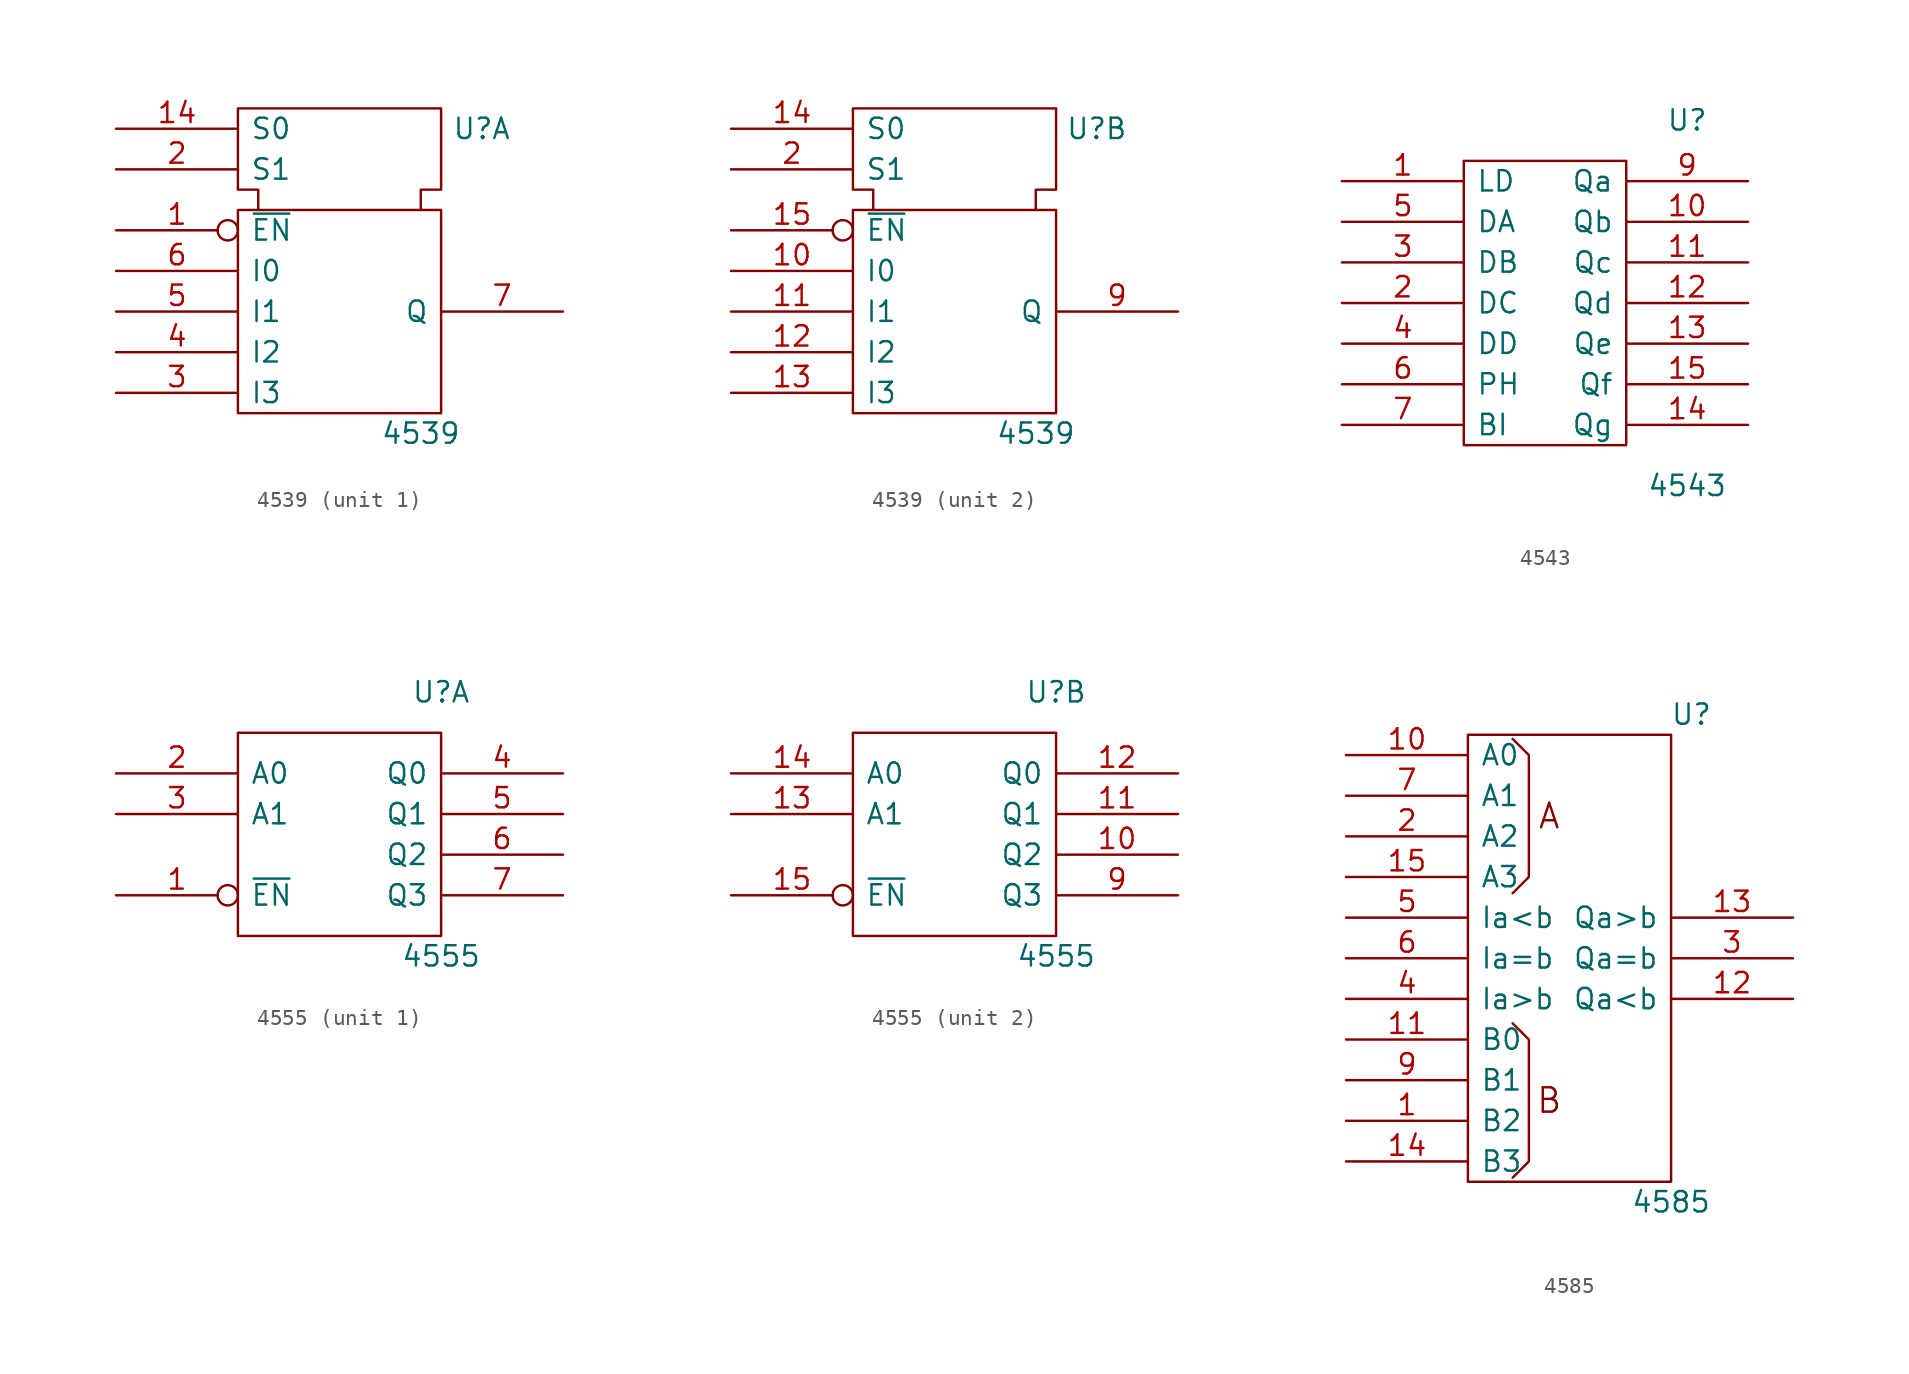
<source format=kicad_sym>
(kicad_symbol_lib
  (version 20201005)
  (generator kicad_symbol_editor)
  (symbol "4539"
    (pin_names
      (offset 0.762))
    (property "Reference" "U"
      (at 8.89 10.16 0)
      (effects (font (size 1.27 1.27))))
    (property "Value" "4539"
      (at 5.08 -8.89 0)
      (effects (font (size 1.27 1.27))))
    (symbol "4539_0_1"
      (rectangle (start -6.35 5.08) (end 6.35 -7.62) (stroke (width 0)) (fill (type none)))
      (polyline (pts (xy -5.08 5.08) (xy -5.08 6.35) (xy -6.35 6.35) (xy -6.35 11.43) (xy 6.35 11.43) (xy 6.35 6.35) (xy 5.08 6.35) (xy 5.08 5.08) (xy 5.08 5.08)) (stroke (width 0)) (fill (type none)))
      (pin input line (at -13.97 10.16 0) (length 7.62) (name "S0" (effects (font (size 1.27 1.27)))) (number "14" (effects (font (size 1.27 1.27)))))
      (pin power_in line (at 3.81 11.43 270) (length 0) hide (name "Vdd" (effects (font (size 1.27 1.27)))) (number "16" (effects (font (size 1.27 1.27)))))
      (pin input line (at -13.97 7.62 0) (length 7.62) (name "S1" (effects (font (size 1.27 1.27)))) (number "2" (effects (font (size 1.27 1.27)))))
      (pin power_in line (at 0 11.43 270) (length 0) hide (name "Vss" (effects (font (size 1.27 1.27)))) (number "8" (effects (font (size 1.27 1.27))))))
    (symbol "4539_1_1"
      (pin input inverted (at -13.97 3.81 0) (length 7.62) (name "~EN" (effects (font (size 1.27 1.27)))) (number "1" (effects (font (size 1.27 1.27)))))
      (pin input line (at -13.97 -6.35 0) (length 7.62) (name "I3" (effects (font (size 1.27 1.27)))) (number "3" (effects (font (size 1.27 1.27)))))
      (pin input line (at -13.97 -3.81 0) (length 7.62) (name "I2" (effects (font (size 1.27 1.27)))) (number "4" (effects (font (size 1.27 1.27)))))
      (pin input line (at -13.97 -1.27 0) (length 7.62) (name "I1" (effects (font (size 1.27 1.27)))) (number "5" (effects (font (size 1.27 1.27)))))
      (pin input line (at -13.97 1.27 0) (length 7.62) (name "I0" (effects (font (size 1.27 1.27)))) (number "6" (effects (font (size 1.27 1.27)))))
      (pin output line (at 13.97 -1.27 180) (length 7.62) (name "Q" (effects (font (size 1.27 1.27)))) (number "7" (effects (font (size 1.27 1.27))))))
    (symbol "4539_2_1"
      (pin input line (at -13.97 1.27 0) (length 7.62) (name "I0" (effects (font (size 1.27 1.27)))) (number "10" (effects (font (size 1.27 1.27)))))
      (pin input line (at -13.97 -1.27 0) (length 7.62) (name "I1" (effects (font (size 1.27 1.27)))) (number "11" (effects (font (size 1.27 1.27)))))
      (pin input line (at -13.97 -3.81 0) (length 7.62) (name "I2" (effects (font (size 1.27 1.27)))) (number "12" (effects (font (size 1.27 1.27)))))
      (pin input line (at -13.97 -6.35 0) (length 7.62) (name "I3" (effects (font (size 1.27 1.27)))) (number "13" (effects (font (size 1.27 1.27)))))
      (pin input inverted (at -13.97 3.81 0) (length 7.62) (name "~EN" (effects (font (size 1.27 1.27)))) (number "15" (effects (font (size 1.27 1.27)))))
      (pin output line (at 13.97 -1.27 180) (length 7.62) (name "Q" (effects (font (size 1.27 1.27)))) (number "9" (effects (font (size 1.27 1.27)))))))
  (symbol "4543"
    (pin_names
      (offset 0.762))
    (property "Reference" "U"
      (at 8.89 11.43 0)
      (effects (font (size 1.27 1.27))))
    (property "Value" "4543"
      (at 8.89 -11.43 0)
      (effects (font (size 1.27 1.27))))
    (symbol "4543_0_1"
      (rectangle (start -5.08 8.89) (end 5.08 -8.89) (stroke (width 0)) (fill (type none))))
    (symbol "4543_1_1"
      (pin input line (at -12.7 7.62 0) (length 7.62) (name "LD" (effects (font (size 1.27 1.27)))) (number "1" (effects (font (size 1.27 1.27)))))
      (pin output line (at 12.7 5.08 180) (length 7.62) (name "Qb" (effects (font (size 1.27 1.27)))) (number "10" (effects (font (size 1.27 1.27)))))
      (pin output line (at 12.7 2.54 180) (length 7.62) (name "Qc" (effects (font (size 1.27 1.27)))) (number "11" (effects (font (size 1.27 1.27)))))
      (pin output line (at 12.7 0 180) (length 7.62) (name "Qd" (effects (font (size 1.27 1.27)))) (number "12" (effects (font (size 1.27 1.27)))))
      (pin output line (at 12.7 -2.54 180) (length 7.62) (name "Qe" (effects (font (size 1.27 1.27)))) (number "13" (effects (font (size 1.27 1.27)))))
      (pin output line (at 12.7 -7.62 180) (length 7.62) (name "Qg" (effects (font (size 1.27 1.27)))) (number "14" (effects (font (size 1.27 1.27)))))
      (pin output line (at 12.7 -5.08 180) (length 7.62) (name "Qf" (effects (font (size 1.27 1.27)))) (number "15" (effects (font (size 1.27 1.27)))))
      (pin power_in line (at 0 8.89 270) (length 0) hide (name "Vdd" (effects (font (size 1.27 1.27)))) (number "16" (effects (font (size 1.27 1.27)))))
      (pin input line (at -12.7 0 0) (length 7.62) (name "DC" (effects (font (size 1.27 1.27)))) (number "2" (effects (font (size 1.27 1.27)))))
      (pin input line (at -12.7 2.54 0) (length 7.62) (name "DB" (effects (font (size 1.27 1.27)))) (number "3" (effects (font (size 1.27 1.27)))))
      (pin input line (at -12.7 -2.54 0) (length 7.62) (name "DD" (effects (font (size 1.27 1.27)))) (number "4" (effects (font (size 1.27 1.27)))))
      (pin input line (at -12.7 5.08 0) (length 7.62) (name "DA" (effects (font (size 1.27 1.27)))) (number "5" (effects (font (size 1.27 1.27)))))
      (pin input line (at -12.7 -5.08 0) (length 7.62) (name "PH" (effects (font (size 1.27 1.27)))) (number "6" (effects (font (size 1.27 1.27)))))
      (pin input line (at -12.7 -7.62 0) (length 7.62) (name "BI" (effects (font (size 1.27 1.27)))) (number "7" (effects (font (size 1.27 1.27)))))
      (pin power_in line (at 0 -8.89 90) (length 0) hide (name "Vss" (effects (font (size 1.27 1.27)))) (number "8" (effects (font (size 1.27 1.27)))))
      (pin output line (at 12.7 7.62 180) (length 7.62) (name "Qa" (effects (font (size 1.27 1.27)))) (number "9" (effects (font (size 1.27 1.27)))))))
  (symbol "4555"
    (pin_names
      (offset 0.762))
    (property "Reference" "U"
      (at 6.35 8.89 0)
      (effects (font (size 1.27 1.27))))
    (property "Value" "4555"
      (at 6.35 -7.62 0)
      (effects (font (size 1.27 1.27))))
    (symbol "4555_0_1"
      (rectangle (start -6.35 6.35) (end 6.35 -6.35) (stroke (width 0)) (fill (type none)))
      (pin power_in line (at 0 6.35 270) (length 0) hide (name "Vdd" (effects (font (size 1.27 1.27)))) (number "16" (effects (font (size 1.27 1.27)))))
      (pin power_in line (at 0 -6.35 90) (length 0) hide (name "Vss" (effects (font (size 1.27 1.27)))) (number "8" (effects (font (size 1.27 1.27))))))
    (symbol "4555_1_1"
      (pin input inverted (at -13.97 -3.81 0) (length 7.62) (name "~EN" (effects (font (size 1.27 1.27)))) (number "1" (effects (font (size 1.27 1.27)))))
      (pin input line (at -13.97 3.81 0) (length 7.62) (name "A0" (effects (font (size 1.27 1.27)))) (number "2" (effects (font (size 1.27 1.27)))))
      (pin input line (at -13.97 1.27 0) (length 7.62) (name "A1" (effects (font (size 1.27 1.27)))) (number "3" (effects (font (size 1.27 1.27)))))
      (pin output line (at 13.97 3.81 180) (length 7.62) (name "Q0" (effects (font (size 1.27 1.27)))) (number "4" (effects (font (size 1.27 1.27)))))
      (pin output line (at 13.97 1.27 180) (length 7.62) (name "Q1" (effects (font (size 1.27 1.27)))) (number "5" (effects (font (size 1.27 1.27)))))
      (pin output line (at 13.97 -1.27 180) (length 7.62) (name "Q2" (effects (font (size 1.27 1.27)))) (number "6" (effects (font (size 1.27 1.27)))))
      (pin output line (at 13.97 -3.81 180) (length 7.62) (name "Q3" (effects (font (size 1.27 1.27)))) (number "7" (effects (font (size 1.27 1.27))))))
    (symbol "4555_2_1"
      (pin output line (at 13.97 -1.27 180) (length 7.62) (name "Q2" (effects (font (size 1.27 1.27)))) (number "10" (effects (font (size 1.27 1.27)))))
      (pin output line (at 13.97 1.27 180) (length 7.62) (name "Q1" (effects (font (size 1.27 1.27)))) (number "11" (effects (font (size 1.27 1.27)))))
      (pin output line (at 13.97 3.81 180) (length 7.62) (name "Q0" (effects (font (size 1.27 1.27)))) (number "12" (effects (font (size 1.27 1.27)))))
      (pin input line (at -13.97 1.27 0) (length 7.62) (name "A1" (effects (font (size 1.27 1.27)))) (number "13" (effects (font (size 1.27 1.27)))))
      (pin input line (at -13.97 3.81 0) (length 7.62) (name "A0" (effects (font (size 1.27 1.27)))) (number "14" (effects (font (size 1.27 1.27)))))
      (pin input inverted (at -13.97 -3.81 0) (length 7.62) (name "~EN" (effects (font (size 1.27 1.27)))) (number "15" (effects (font (size 1.27 1.27)))))
      (pin output line (at 13.97 -3.81 180) (length 7.62) (name "Q3" (effects (font (size 1.27 1.27)))) (number "9" (effects (font (size 1.27 1.27)))))))
  (symbol "4585"
    (pin_names
      (offset 0.762))
    (property "Reference" "U"
      (at 7.62 15.24 0)
      (effects (font (size 1.27 1.27))))
    (property "Value" "4585"
      (at 6.35 -15.24 0)
      (effects (font (size 1.27 1.27))))
    (symbol "4585_0_0"
      (text "A" (at -1.27 8.89 0) (effects (font (size 1.524 1.524))))
      (text "B" (at -1.27 -8.89 0) (effects (font (size 1.524 1.524))))
      (rectangle (start -6.35 13.97) (end 6.35 -13.97) (stroke (width 0)) (fill (type none)))
      (polyline (pts (xy -3.556 -4.064) (xy -2.54 -5.08) (xy -2.54 -12.7) (xy -3.556 -13.716) (xy -3.556 -13.716)) (stroke (width 0)) (fill (type none))))
    (symbol "4585_0_1"
      (polyline (pts (xy -3.556 4.064) (xy -2.54 5.08) (xy -2.54 12.7) (xy -3.556 13.716) (xy -3.556 13.716)) (stroke (width 0)) (fill (type none)))
      (pin power_in line (at 0 13.97 270) (length 0) hide (name "Vdd" (effects (font (size 1.27 1.27)))) (number "16" (effects (font (size 1.27 1.27)))))
      (pin power_in line (at 0 -13.97 90) (length 0) hide (name "Vss" (effects (font (size 1.27 1.27)))) (number "8" (effects (font (size 1.27 1.27))))))
    (symbol "4585_1_1"
      (pin input line (at -13.97 -10.16 0) (length 7.62) (name "B2" (effects (font (size 1.27 1.27)))) (number "1" (effects (font (size 1.27 1.27)))))
      (pin input line (at -13.97 12.7 0) (length 7.62) (name "A0" (effects (font (size 1.27 1.27)))) (number "10" (effects (font (size 1.27 1.27)))))
      (pin input line (at -13.97 -5.08 0) (length 7.62) (name "B0" (effects (font (size 1.27 1.27)))) (number "11" (effects (font (size 1.27 1.27)))))
      (pin output line (at 13.97 -2.54 180) (length 7.62) (name "Qa<b" (effects (font (size 1.27 1.27)))) (number "12" (effects (font (size 1.27 1.27)))))
      (pin output line (at 13.97 2.54 180) (length 7.62) (name "Qa>b" (effects (font (size 1.27 1.27)))) (number "13" (effects (font (size 1.27 1.27)))))
      (pin input line (at -13.97 -12.7 0) (length 7.62) (name "B3" (effects (font (size 1.27 1.27)))) (number "14" (effects (font (size 1.27 1.27)))))
      (pin input line (at -13.97 5.08 0) (length 7.62) (name "A3" (effects (font (size 1.27 1.27)))) (number "15" (effects (font (size 1.27 1.27)))))
      (pin input line (at -13.97 7.62 0) (length 7.62) (name "A2" (effects (font (size 1.27 1.27)))) (number "2" (effects (font (size 1.27 1.27)))))
      (pin output line (at 13.97 0 180) (length 7.62) (name "Qa=b" (effects (font (size 1.27 1.27)))) (number "3" (effects (font (size 1.27 1.27)))))
      (pin input line (at -13.97 -2.54 0) (length 7.62) (name "Ia>b" (effects (font (size 1.27 1.27)))) (number "4" (effects (font (size 1.27 1.27)))))
      (pin input line (at -13.97 2.54 0) (length 7.62) (name "Ia<b" (effects (font (size 1.27 1.27)))) (number "5" (effects (font (size 1.27 1.27)))))
      (pin input line (at -13.97 0 0) (length 7.62) (name "Ia=b" (effects (font (size 1.27 1.27)))) (number "6" (effects (font (size 1.27 1.27)))))
      (pin input line (at -13.97 10.16 0) (length 7.62) (name "A1" (effects (font (size 1.27 1.27)))) (number "7" (effects (font (size 1.27 1.27)))))
      (pin input line (at -13.97 -7.62 0) (length 7.62) (name "B1" (effects (font (size 1.27 1.27)))) (number "9" (effects (font (size 1.27 1.27))))))))
</source>
